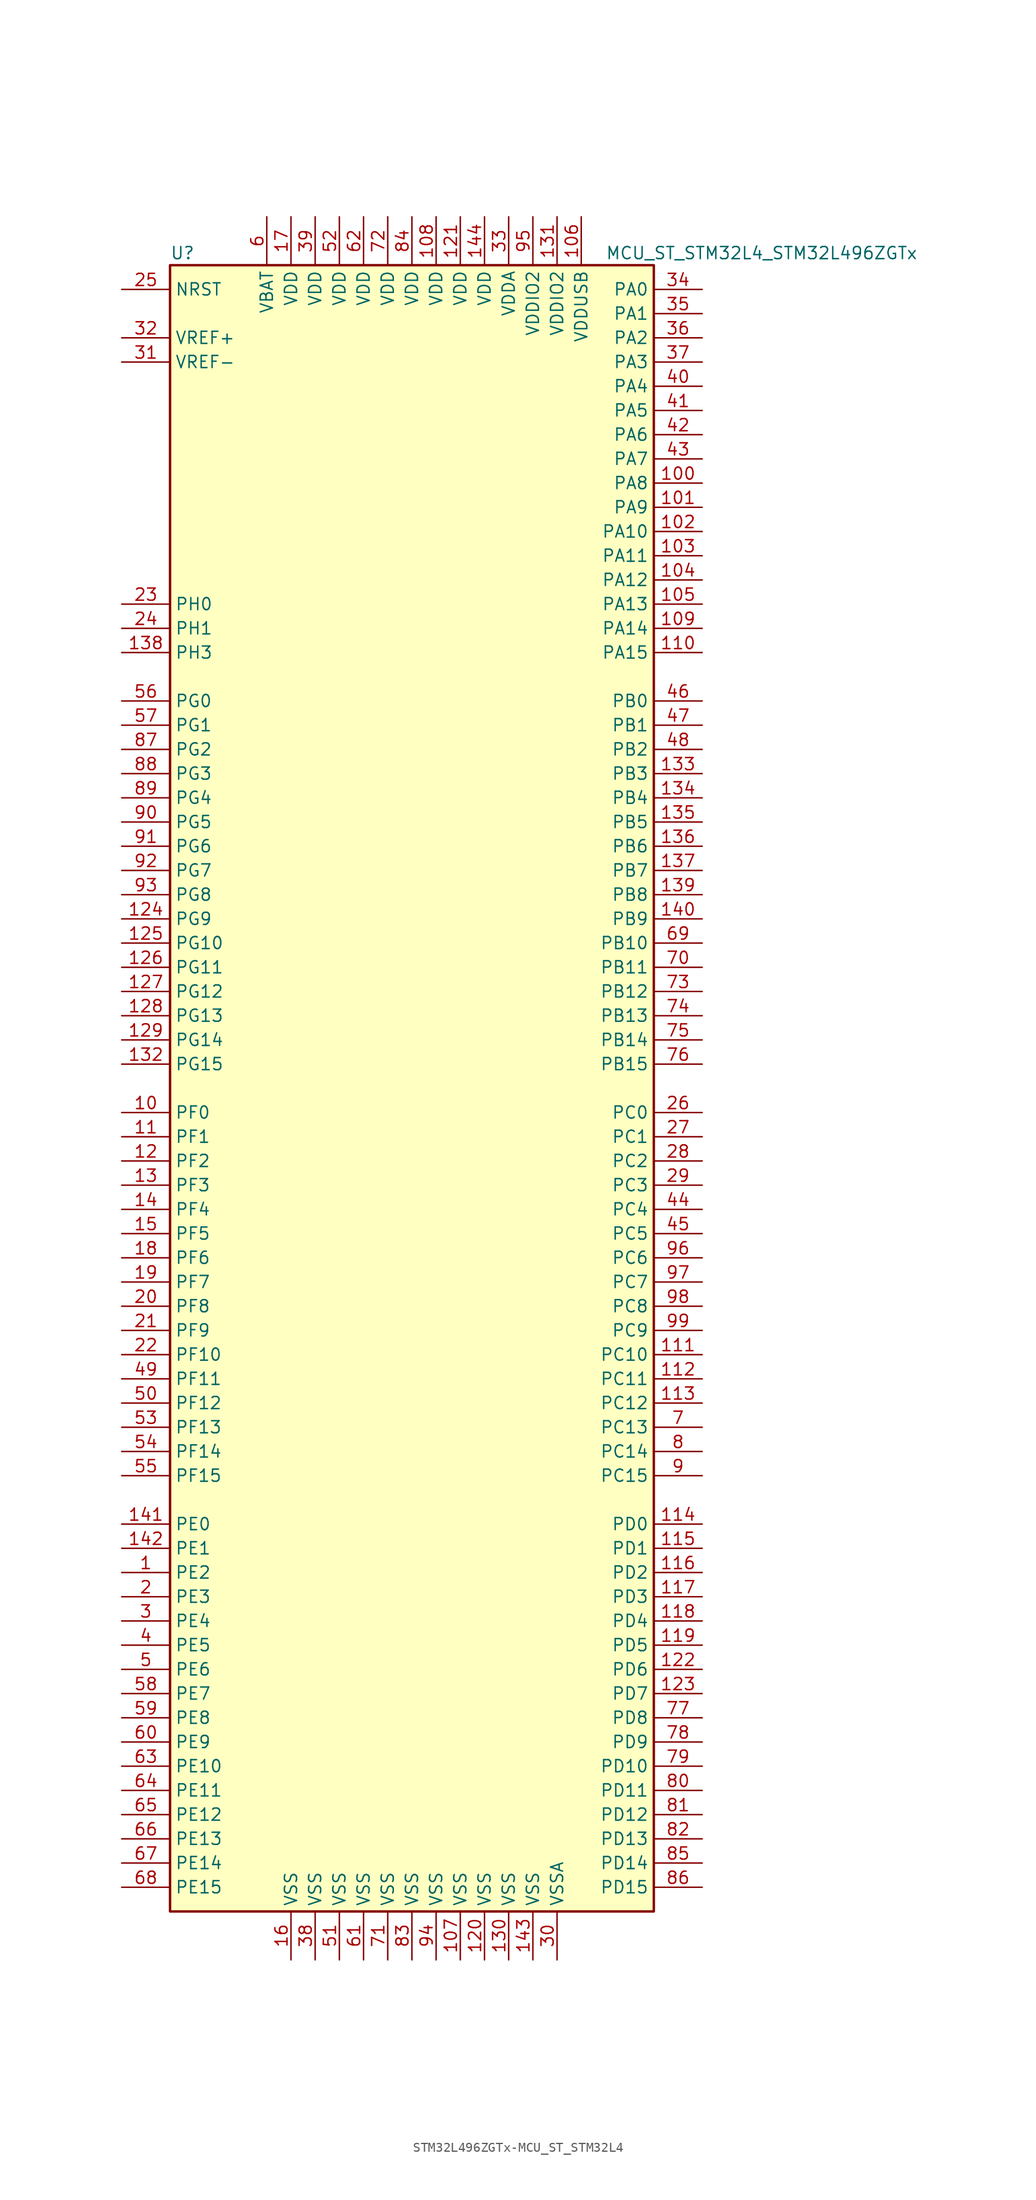
<source format=kicad_sym>
(kicad_symbol_lib
  (version 20231120)
  (generator "kicad_symbol_editor")
  (generator_version "8.0")
  (symbol "STM32L496ZGTx-MCU_ST_STM32L4"
    (property "Reference" "U"
      (at -25.4 87.63 0)
      (effects (font (size 1.27 1.27)) (justify left)))
    (property "Value" "MCU_ST_STM32L4_STM32L496ZGTx"
      (at 20.32 87.63 0)
      (effects (font (size 1.27 1.27)) (justify left)))
    (symbol "STM32L496ZGTx-MCU_ST_STM32L4_0_1"
      (rectangle (start -25.4 -86.36) (end 25.4 86.36) (stroke (width 0.254) (type solid)) (fill (type background))))
    (symbol "STM32L496ZGTx-MCU_ST_STM32L4_1_1"
      (pin bidirectional line (at -30.48 -50.8 0) (length 5.08) (name "PE2" (effects (font (size 1.27 1.27)))) (number "1" (effects (font (size 1.27 1.27)))))
      (pin bidirectional line (at -30.48 -2.54 0) (length 5.08) (name "PF0" (effects (font (size 1.27 1.27)))) (number "10" (effects (font (size 1.27 1.27)))))
      (pin bidirectional line (at 30.48 63.5 180) (length 5.08) (name "PA8" (effects (font (size 1.27 1.27)))) (number "100" (effects (font (size 1.27 1.27)))))
      (pin bidirectional line (at 30.48 60.96 180) (length 5.08) (name "PA9" (effects (font (size 1.27 1.27)))) (number "101" (effects (font (size 1.27 1.27)))))
      (pin bidirectional line (at 30.48 58.42 180) (length 5.08) (name "PA10" (effects (font (size 1.27 1.27)))) (number "102" (effects (font (size 1.27 1.27)))))
      (pin bidirectional line (at 30.48 55.88 180) (length 5.08) (name "PA11" (effects (font (size 1.27 1.27)))) (number "103" (effects (font (size 1.27 1.27)))))
      (pin bidirectional line (at 30.48 53.34 180) (length 5.08) (name "PA12" (effects (font (size 1.27 1.27)))) (number "104" (effects (font (size 1.27 1.27)))))
      (pin bidirectional line (at 30.48 50.8 180) (length 5.08) (name "PA13" (effects (font (size 1.27 1.27)))) (number "105" (effects (font (size 1.27 1.27)))))
      (pin power_in line (at 17.78 91.44 270) (length 5.08) (name "VDDUSB" (effects (font (size 1.27 1.27)))) (number "106" (effects (font (size 1.27 1.27)))))
      (pin power_in line (at 5.08 -91.44 90) (length 5.08) (name "VSS" (effects (font (size 1.27 1.27)))) (number "107" (effects (font (size 1.27 1.27)))))
      (pin power_in line (at 2.54 91.44 270) (length 5.08) (name "VDD" (effects (font (size 1.27 1.27)))) (number "108" (effects (font (size 1.27 1.27)))))
      (pin bidirectional line (at 30.48 48.26 180) (length 5.08) (name "PA14" (effects (font (size 1.27 1.27)))) (number "109" (effects (font (size 1.27 1.27)))))
      (pin bidirectional line (at -30.48 -5.08 0) (length 5.08) (name "PF1" (effects (font (size 1.27 1.27)))) (number "11" (effects (font (size 1.27 1.27)))))
      (pin bidirectional line (at 30.48 45.72 180) (length 5.08) (name "PA15" (effects (font (size 1.27 1.27)))) (number "110" (effects (font (size 1.27 1.27)))))
      (pin bidirectional line (at 30.48 -27.94 180) (length 5.08) (name "PC10" (effects (font (size 1.27 1.27)))) (number "111" (effects (font (size 1.27 1.27)))))
      (pin bidirectional line (at 30.48 -30.48 180) (length 5.08) (name "PC11" (effects (font (size 1.27 1.27)))) (number "112" (effects (font (size 1.27 1.27)))))
      (pin bidirectional line (at 30.48 -33.02 180) (length 5.08) (name "PC12" (effects (font (size 1.27 1.27)))) (number "113" (effects (font (size 1.27 1.27)))))
      (pin bidirectional line (at 30.48 -45.72 180) (length 5.08) (name "PD0" (effects (font (size 1.27 1.27)))) (number "114" (effects (font (size 1.27 1.27)))))
      (pin bidirectional line (at 30.48 -48.26 180) (length 5.08) (name "PD1" (effects (font (size 1.27 1.27)))) (number "115" (effects (font (size 1.27 1.27)))))
      (pin bidirectional line (at 30.48 -50.8 180) (length 5.08) (name "PD2" (effects (font (size 1.27 1.27)))) (number "116" (effects (font (size 1.27 1.27)))))
      (pin bidirectional line (at 30.48 -53.34 180) (length 5.08) (name "PD3" (effects (font (size 1.27 1.27)))) (number "117" (effects (font (size 1.27 1.27)))))
      (pin bidirectional line (at 30.48 -55.88 180) (length 5.08) (name "PD4" (effects (font (size 1.27 1.27)))) (number "118" (effects (font (size 1.27 1.27)))))
      (pin bidirectional line (at 30.48 -58.42 180) (length 5.08) (name "PD5" (effects (font (size 1.27 1.27)))) (number "119" (effects (font (size 1.27 1.27)))))
      (pin bidirectional line (at -30.48 -7.62 0) (length 5.08) (name "PF2" (effects (font (size 1.27 1.27)))) (number "12" (effects (font (size 1.27 1.27)))))
      (pin power_in line (at 7.62 -91.44 90) (length 5.08) (name "VSS" (effects (font (size 1.27 1.27)))) (number "120" (effects (font (size 1.27 1.27)))))
      (pin power_in line (at 5.08 91.44 270) (length 5.08) (name "VDD" (effects (font (size 1.27 1.27)))) (number "121" (effects (font (size 1.27 1.27)))))
      (pin bidirectional line (at 30.48 -60.96 180) (length 5.08) (name "PD6" (effects (font (size 1.27 1.27)))) (number "122" (effects (font (size 1.27 1.27)))))
      (pin bidirectional line (at 30.48 -63.5 180) (length 5.08) (name "PD7" (effects (font (size 1.27 1.27)))) (number "123" (effects (font (size 1.27 1.27)))))
      (pin bidirectional line (at -30.48 17.78 0) (length 5.08) (name "PG9" (effects (font (size 1.27 1.27)))) (number "124" (effects (font (size 1.27 1.27)))))
      (pin bidirectional line (at -30.48 15.24 0) (length 5.08) (name "PG10" (effects (font (size 1.27 1.27)))) (number "125" (effects (font (size 1.27 1.27)))))
      (pin bidirectional line (at -30.48 12.7 0) (length 5.08) (name "PG11" (effects (font (size 1.27 1.27)))) (number "126" (effects (font (size 1.27 1.27)))))
      (pin bidirectional line (at -30.48 10.16 0) (length 5.08) (name "PG12" (effects (font (size 1.27 1.27)))) (number "127" (effects (font (size 1.27 1.27)))))
      (pin bidirectional line (at -30.48 7.62 0) (length 5.08) (name "PG13" (effects (font (size 1.27 1.27)))) (number "128" (effects (font (size 1.27 1.27)))))
      (pin bidirectional line (at -30.48 5.08 0) (length 5.08) (name "PG14" (effects (font (size 1.27 1.27)))) (number "129" (effects (font (size 1.27 1.27)))))
      (pin bidirectional line (at -30.48 -10.16 0) (length 5.08) (name "PF3" (effects (font (size 1.27 1.27)))) (number "13" (effects (font (size 1.27 1.27)))))
      (pin power_in line (at 10.16 -91.44 90) (length 5.08) (name "VSS" (effects (font (size 1.27 1.27)))) (number "130" (effects (font (size 1.27 1.27)))))
      (pin power_in line (at 15.24 91.44 270) (length 5.08) (name "VDDIO2" (effects (font (size 1.27 1.27)))) (number "131" (effects (font (size 1.27 1.27)))))
      (pin bidirectional line (at -30.48 2.54 0) (length 5.08) (name "PG15" (effects (font (size 1.27 1.27)))) (number "132" (effects (font (size 1.27 1.27)))))
      (pin bidirectional line (at 30.48 33.02 180) (length 5.08) (name "PB3" (effects (font (size 1.27 1.27)))) (number "133" (effects (font (size 1.27 1.27)))))
      (pin bidirectional line (at 30.48 30.48 180) (length 5.08) (name "PB4" (effects (font (size 1.27 1.27)))) (number "134" (effects (font (size 1.27 1.27)))))
      (pin bidirectional line (at 30.48 27.94 180) (length 5.08) (name "PB5" (effects (font (size 1.27 1.27)))) (number "135" (effects (font (size 1.27 1.27)))))
      (pin bidirectional line (at 30.48 25.4 180) (length 5.08) (name "PB6" (effects (font (size 1.27 1.27)))) (number "136" (effects (font (size 1.27 1.27)))))
      (pin bidirectional line (at 30.48 22.86 180) (length 5.08) (name "PB7" (effects (font (size 1.27 1.27)))) (number "137" (effects (font (size 1.27 1.27)))))
      (pin bidirectional line (at -30.48 45.72 0) (length 5.08) (name "PH3" (effects (font (size 1.27 1.27)))) (number "138" (effects (font (size 1.27 1.27)))))
      (pin bidirectional line (at 30.48 20.32 180) (length 5.08) (name "PB8" (effects (font (size 1.27 1.27)))) (number "139" (effects (font (size 1.27 1.27)))))
      (pin bidirectional line (at -30.48 -12.7 0) (length 5.08) (name "PF4" (effects (font (size 1.27 1.27)))) (number "14" (effects (font (size 1.27 1.27)))))
      (pin bidirectional line (at 30.48 17.78 180) (length 5.08) (name "PB9" (effects (font (size 1.27 1.27)))) (number "140" (effects (font (size 1.27 1.27)))))
      (pin bidirectional line (at -30.48 -45.72 0) (length 5.08) (name "PE0" (effects (font (size 1.27 1.27)))) (number "141" (effects (font (size 1.27 1.27)))))
      (pin bidirectional line (at -30.48 -48.26 0) (length 5.08) (name "PE1" (effects (font (size 1.27 1.27)))) (number "142" (effects (font (size 1.27 1.27)))))
      (pin power_in line (at 12.7 -91.44 90) (length 5.08) (name "VSS" (effects (font (size 1.27 1.27)))) (number "143" (effects (font (size 1.27 1.27)))))
      (pin power_in line (at 7.62 91.44 270) (length 5.08) (name "VDD" (effects (font (size 1.27 1.27)))) (number "144" (effects (font (size 1.27 1.27)))))
      (pin bidirectional line (at -30.48 -15.24 0) (length 5.08) (name "PF5" (effects (font (size 1.27 1.27)))) (number "15" (effects (font (size 1.27 1.27)))))
      (pin power_in line (at -12.7 -91.44 90) (length 5.08) (name "VSS" (effects (font (size 1.27 1.27)))) (number "16" (effects (font (size 1.27 1.27)))))
      (pin power_in line (at -12.7 91.44 270) (length 5.08) (name "VDD" (effects (font (size 1.27 1.27)))) (number "17" (effects (font (size 1.27 1.27)))))
      (pin bidirectional line (at -30.48 -17.78 0) (length 5.08) (name "PF6" (effects (font (size 1.27 1.27)))) (number "18" (effects (font (size 1.27 1.27)))))
      (pin bidirectional line (at -30.48 -20.32 0) (length 5.08) (name "PF7" (effects (font (size 1.27 1.27)))) (number "19" (effects (font (size 1.27 1.27)))))
      (pin bidirectional line (at -30.48 -53.34 0) (length 5.08) (name "PE3" (effects (font (size 1.27 1.27)))) (number "2" (effects (font (size 1.27 1.27)))))
      (pin bidirectional line (at -30.48 -22.86 0) (length 5.08) (name "PF8" (effects (font (size 1.27 1.27)))) (number "20" (effects (font (size 1.27 1.27)))))
      (pin bidirectional line (at -30.48 -25.4 0) (length 5.08) (name "PF9" (effects (font (size 1.27 1.27)))) (number "21" (effects (font (size 1.27 1.27)))))
      (pin bidirectional line (at -30.48 -27.94 0) (length 5.08) (name "PF10" (effects (font (size 1.27 1.27)))) (number "22" (effects (font (size 1.27 1.27)))))
      (pin input line (at -30.48 50.8 0) (length 5.08) (name "PH0" (effects (font (size 1.27 1.27)))) (number "23" (effects (font (size 1.27 1.27)))))
      (pin input line (at -30.48 48.26 0) (length 5.08) (name "PH1" (effects (font (size 1.27 1.27)))) (number "24" (effects (font (size 1.27 1.27)))))
      (pin input line (at -30.48 83.82 0) (length 5.08) (name "NRST" (effects (font (size 1.27 1.27)))) (number "25" (effects (font (size 1.27 1.27)))))
      (pin bidirectional line (at 30.48 -2.54 180) (length 5.08) (name "PC0" (effects (font (size 1.27 1.27)))) (number "26" (effects (font (size 1.27 1.27)))))
      (pin bidirectional line (at 30.48 -5.08 180) (length 5.08) (name "PC1" (effects (font (size 1.27 1.27)))) (number "27" (effects (font (size 1.27 1.27)))))
      (pin bidirectional line (at 30.48 -7.62 180) (length 5.08) (name "PC2" (effects (font (size 1.27 1.27)))) (number "28" (effects (font (size 1.27 1.27)))))
      (pin bidirectional line (at 30.48 -10.16 180) (length 5.08) (name "PC3" (effects (font (size 1.27 1.27)))) (number "29" (effects (font (size 1.27 1.27)))))
      (pin bidirectional line (at -30.48 -55.88 0) (length 5.08) (name "PE4" (effects (font (size 1.27 1.27)))) (number "3" (effects (font (size 1.27 1.27)))))
      (pin power_in line (at 15.24 -91.44 90) (length 5.08) (name "VSSA" (effects (font (size 1.27 1.27)))) (number "30" (effects (font (size 1.27 1.27)))))
      (pin power_in line (at -30.48 76.2 0) (length 5.08) (name "VREF-" (effects (font (size 1.27 1.27)))) (number "31" (effects (font (size 1.27 1.27)))))
      (pin bidirectional line (at -30.48 78.74 0) (length 5.08) (name "VREF+" (effects (font (size 1.27 1.27)))) (number "32" (effects (font (size 1.27 1.27)))))
      (pin power_in line (at 10.16 91.44 270) (length 5.08) (name "VDDA" (effects (font (size 1.27 1.27)))) (number "33" (effects (font (size 1.27 1.27)))))
      (pin bidirectional line (at 30.48 83.82 180) (length 5.08) (name "PA0" (effects (font (size 1.27 1.27)))) (number "34" (effects (font (size 1.27 1.27)))))
      (pin bidirectional line (at 30.48 81.28 180) (length 5.08) (name "PA1" (effects (font (size 1.27 1.27)))) (number "35" (effects (font (size 1.27 1.27)))))
      (pin bidirectional line (at 30.48 78.74 180) (length 5.08) (name "PA2" (effects (font (size 1.27 1.27)))) (number "36" (effects (font (size 1.27 1.27)))))
      (pin bidirectional line (at 30.48 76.2 180) (length 5.08) (name "PA3" (effects (font (size 1.27 1.27)))) (number "37" (effects (font (size 1.27 1.27)))))
      (pin power_in line (at -10.16 -91.44 90) (length 5.08) (name "VSS" (effects (font (size 1.27 1.27)))) (number "38" (effects (font (size 1.27 1.27)))))
      (pin power_in line (at -10.16 91.44 270) (length 5.08) (name "VDD" (effects (font (size 1.27 1.27)))) (number "39" (effects (font (size 1.27 1.27)))))
      (pin bidirectional line (at -30.48 -58.42 0) (length 5.08) (name "PE5" (effects (font (size 1.27 1.27)))) (number "4" (effects (font (size 1.27 1.27)))))
      (pin bidirectional line (at 30.48 73.66 180) (length 5.08) (name "PA4" (effects (font (size 1.27 1.27)))) (number "40" (effects (font (size 1.27 1.27)))))
      (pin bidirectional line (at 30.48 71.12 180) (length 5.08) (name "PA5" (effects (font (size 1.27 1.27)))) (number "41" (effects (font (size 1.27 1.27)))))
      (pin bidirectional line (at 30.48 68.58 180) (length 5.08) (name "PA6" (effects (font (size 1.27 1.27)))) (number "42" (effects (font (size 1.27 1.27)))))
      (pin bidirectional line (at 30.48 66.04 180) (length 5.08) (name "PA7" (effects (font (size 1.27 1.27)))) (number "43" (effects (font (size 1.27 1.27)))))
      (pin bidirectional line (at 30.48 -12.7 180) (length 5.08) (name "PC4" (effects (font (size 1.27 1.27)))) (number "44" (effects (font (size 1.27 1.27)))))
      (pin bidirectional line (at 30.48 -15.24 180) (length 5.08) (name "PC5" (effects (font (size 1.27 1.27)))) (number "45" (effects (font (size 1.27 1.27)))))
      (pin bidirectional line (at 30.48 40.64 180) (length 5.08) (name "PB0" (effects (font (size 1.27 1.27)))) (number "46" (effects (font (size 1.27 1.27)))))
      (pin bidirectional line (at 30.48 38.1 180) (length 5.08) (name "PB1" (effects (font (size 1.27 1.27)))) (number "47" (effects (font (size 1.27 1.27)))))
      (pin bidirectional line (at 30.48 35.56 180) (length 5.08) (name "PB2" (effects (font (size 1.27 1.27)))) (number "48" (effects (font (size 1.27 1.27)))))
      (pin bidirectional line (at -30.48 -30.48 0) (length 5.08) (name "PF11" (effects (font (size 1.27 1.27)))) (number "49" (effects (font (size 1.27 1.27)))))
      (pin bidirectional line (at -30.48 -60.96 0) (length 5.08) (name "PE6" (effects (font (size 1.27 1.27)))) (number "5" (effects (font (size 1.27 1.27)))))
      (pin bidirectional line (at -30.48 -33.02 0) (length 5.08) (name "PF12" (effects (font (size 1.27 1.27)))) (number "50" (effects (font (size 1.27 1.27)))))
      (pin power_in line (at -7.62 -91.44 90) (length 5.08) (name "VSS" (effects (font (size 1.27 1.27)))) (number "51" (effects (font (size 1.27 1.27)))))
      (pin power_in line (at -7.62 91.44 270) (length 5.08) (name "VDD" (effects (font (size 1.27 1.27)))) (number "52" (effects (font (size 1.27 1.27)))))
      (pin bidirectional line (at -30.48 -35.56 0) (length 5.08) (name "PF13" (effects (font (size 1.27 1.27)))) (number "53" (effects (font (size 1.27 1.27)))))
      (pin bidirectional line (at -30.48 -38.1 0) (length 5.08) (name "PF14" (effects (font (size 1.27 1.27)))) (number "54" (effects (font (size 1.27 1.27)))))
      (pin bidirectional line (at -30.48 -40.64 0) (length 5.08) (name "PF15" (effects (font (size 1.27 1.27)))) (number "55" (effects (font (size 1.27 1.27)))))
      (pin bidirectional line (at -30.48 40.64 0) (length 5.08) (name "PG0" (effects (font (size 1.27 1.27)))) (number "56" (effects (font (size 1.27 1.27)))))
      (pin bidirectional line (at -30.48 38.1 0) (length 5.08) (name "PG1" (effects (font (size 1.27 1.27)))) (number "57" (effects (font (size 1.27 1.27)))))
      (pin bidirectional line (at -30.48 -63.5 0) (length 5.08) (name "PE7" (effects (font (size 1.27 1.27)))) (number "58" (effects (font (size 1.27 1.27)))))
      (pin bidirectional line (at -30.48 -66.04 0) (length 5.08) (name "PE8" (effects (font (size 1.27 1.27)))) (number "59" (effects (font (size 1.27 1.27)))))
      (pin power_in line (at -15.24 91.44 270) (length 5.08) (name "VBAT" (effects (font (size 1.27 1.27)))) (number "6" (effects (font (size 1.27 1.27)))))
      (pin bidirectional line (at -30.48 -68.58 0) (length 5.08) (name "PE9" (effects (font (size 1.27 1.27)))) (number "60" (effects (font (size 1.27 1.27)))))
      (pin power_in line (at -5.08 -91.44 90) (length 5.08) (name "VSS" (effects (font (size 1.27 1.27)))) (number "61" (effects (font (size 1.27 1.27)))))
      (pin power_in line (at -5.08 91.44 270) (length 5.08) (name "VDD" (effects (font (size 1.27 1.27)))) (number "62" (effects (font (size 1.27 1.27)))))
      (pin bidirectional line (at -30.48 -71.12 0) (length 5.08) (name "PE10" (effects (font (size 1.27 1.27)))) (number "63" (effects (font (size 1.27 1.27)))))
      (pin bidirectional line (at -30.48 -73.66 0) (length 5.08) (name "PE11" (effects (font (size 1.27 1.27)))) (number "64" (effects (font (size 1.27 1.27)))))
      (pin bidirectional line (at -30.48 -76.2 0) (length 5.08) (name "PE12" (effects (font (size 1.27 1.27)))) (number "65" (effects (font (size 1.27 1.27)))))
      (pin bidirectional line (at -30.48 -78.74 0) (length 5.08) (name "PE13" (effects (font (size 1.27 1.27)))) (number "66" (effects (font (size 1.27 1.27)))))
      (pin bidirectional line (at -30.48 -81.28 0) (length 5.08) (name "PE14" (effects (font (size 1.27 1.27)))) (number "67" (effects (font (size 1.27 1.27)))))
      (pin bidirectional line (at -30.48 -83.82 0) (length 5.08) (name "PE15" (effects (font (size 1.27 1.27)))) (number "68" (effects (font (size 1.27 1.27)))))
      (pin bidirectional line (at 30.48 15.24 180) (length 5.08) (name "PB10" (effects (font (size 1.27 1.27)))) (number "69" (effects (font (size 1.27 1.27)))))
      (pin bidirectional line (at 30.48 -35.56 180) (length 5.08) (name "PC13" (effects (font (size 1.27 1.27)))) (number "7" (effects (font (size 1.27 1.27)))))
      (pin bidirectional line (at 30.48 12.7 180) (length 5.08) (name "PB11" (effects (font (size 1.27 1.27)))) (number "70" (effects (font (size 1.27 1.27)))))
      (pin power_in line (at -2.54 -91.44 90) (length 5.08) (name "VSS" (effects (font (size 1.27 1.27)))) (number "71" (effects (font (size 1.27 1.27)))))
      (pin power_in line (at -2.54 91.44 270) (length 5.08) (name "VDD" (effects (font (size 1.27 1.27)))) (number "72" (effects (font (size 1.27 1.27)))))
      (pin bidirectional line (at 30.48 10.16 180) (length 5.08) (name "PB12" (effects (font (size 1.27 1.27)))) (number "73" (effects (font (size 1.27 1.27)))))
      (pin bidirectional line (at 30.48 7.62 180) (length 5.08) (name "PB13" (effects (font (size 1.27 1.27)))) (number "74" (effects (font (size 1.27 1.27)))))
      (pin bidirectional line (at 30.48 5.08 180) (length 5.08) (name "PB14" (effects (font (size 1.27 1.27)))) (number "75" (effects (font (size 1.27 1.27)))))
      (pin bidirectional line (at 30.48 2.54 180) (length 5.08) (name "PB15" (effects (font (size 1.27 1.27)))) (number "76" (effects (font (size 1.27 1.27)))))
      (pin bidirectional line (at 30.48 -66.04 180) (length 5.08) (name "PD8" (effects (font (size 1.27 1.27)))) (number "77" (effects (font (size 1.27 1.27)))))
      (pin bidirectional line (at 30.48 -68.58 180) (length 5.08) (name "PD9" (effects (font (size 1.27 1.27)))) (number "78" (effects (font (size 1.27 1.27)))))
      (pin bidirectional line (at 30.48 -71.12 180) (length 5.08) (name "PD10" (effects (font (size 1.27 1.27)))) (number "79" (effects (font (size 1.27 1.27)))))
      (pin bidirectional line (at 30.48 -38.1 180) (length 5.08) (name "PC14" (effects (font (size 1.27 1.27)))) (number "8" (effects (font (size 1.27 1.27)))))
      (pin bidirectional line (at 30.48 -73.66 180) (length 5.08) (name "PD11" (effects (font (size 1.27 1.27)))) (number "80" (effects (font (size 1.27 1.27)))))
      (pin bidirectional line (at 30.48 -76.2 180) (length 5.08) (name "PD12" (effects (font (size 1.27 1.27)))) (number "81" (effects (font (size 1.27 1.27)))))
      (pin bidirectional line (at 30.48 -78.74 180) (length 5.08) (name "PD13" (effects (font (size 1.27 1.27)))) (number "82" (effects (font (size 1.27 1.27)))))
      (pin power_in line (at 0 -91.44 90) (length 5.08) (name "VSS" (effects (font (size 1.27 1.27)))) (number "83" (effects (font (size 1.27 1.27)))))
      (pin power_in line (at 0 91.44 270) (length 5.08) (name "VDD" (effects (font (size 1.27 1.27)))) (number "84" (effects (font (size 1.27 1.27)))))
      (pin bidirectional line (at 30.48 -81.28 180) (length 5.08) (name "PD14" (effects (font (size 1.27 1.27)))) (number "85" (effects (font (size 1.27 1.27)))))
      (pin bidirectional line (at 30.48 -83.82 180) (length 5.08) (name "PD15" (effects (font (size 1.27 1.27)))) (number "86" (effects (font (size 1.27 1.27)))))
      (pin bidirectional line (at -30.48 35.56 0) (length 5.08) (name "PG2" (effects (font (size 1.27 1.27)))) (number "87" (effects (font (size 1.27 1.27)))))
      (pin bidirectional line (at -30.48 33.02 0) (length 5.08) (name "PG3" (effects (font (size 1.27 1.27)))) (number "88" (effects (font (size 1.27 1.27)))))
      (pin bidirectional line (at -30.48 30.48 0) (length 5.08) (name "PG4" (effects (font (size 1.27 1.27)))) (number "89" (effects (font (size 1.27 1.27)))))
      (pin bidirectional line (at 30.48 -40.64 180) (length 5.08) (name "PC15" (effects (font (size 1.27 1.27)))) (number "9" (effects (font (size 1.27 1.27)))))
      (pin bidirectional line (at -30.48 27.94 0) (length 5.08) (name "PG5" (effects (font (size 1.27 1.27)))) (number "90" (effects (font (size 1.27 1.27)))))
      (pin bidirectional line (at -30.48 25.4 0) (length 5.08) (name "PG6" (effects (font (size 1.27 1.27)))) (number "91" (effects (font (size 1.27 1.27)))))
      (pin bidirectional line (at -30.48 22.86 0) (length 5.08) (name "PG7" (effects (font (size 1.27 1.27)))) (number "92" (effects (font (size 1.27 1.27)))))
      (pin bidirectional line (at -30.48 20.32 0) (length 5.08) (name "PG8" (effects (font (size 1.27 1.27)))) (number "93" (effects (font (size 1.27 1.27)))))
      (pin power_in line (at 2.54 -91.44 90) (length 5.08) (name "VSS" (effects (font (size 1.27 1.27)))) (number "94" (effects (font (size 1.27 1.27)))))
      (pin power_in line (at 12.7 91.44 270) (length 5.08) (name "VDDIO2" (effects (font (size 1.27 1.27)))) (number "95" (effects (font (size 1.27 1.27)))))
      (pin bidirectional line (at 30.48 -17.78 180) (length 5.08) (name "PC6" (effects (font (size 1.27 1.27)))) (number "96" (effects (font (size 1.27 1.27)))))
      (pin bidirectional line (at 30.48 -20.32 180) (length 5.08) (name "PC7" (effects (font (size 1.27 1.27)))) (number "97" (effects (font (size 1.27 1.27)))))
      (pin bidirectional line (at 30.48 -22.86 180) (length 5.08) (name "PC8" (effects (font (size 1.27 1.27)))) (number "98" (effects (font (size 1.27 1.27)))))
      (pin bidirectional line (at 30.48 -25.4 180) (length 5.08) (name "PC9" (effects (font (size 1.27 1.27)))) (number "99" (effects (font (size 1.27 1.27))))))))
</source>
